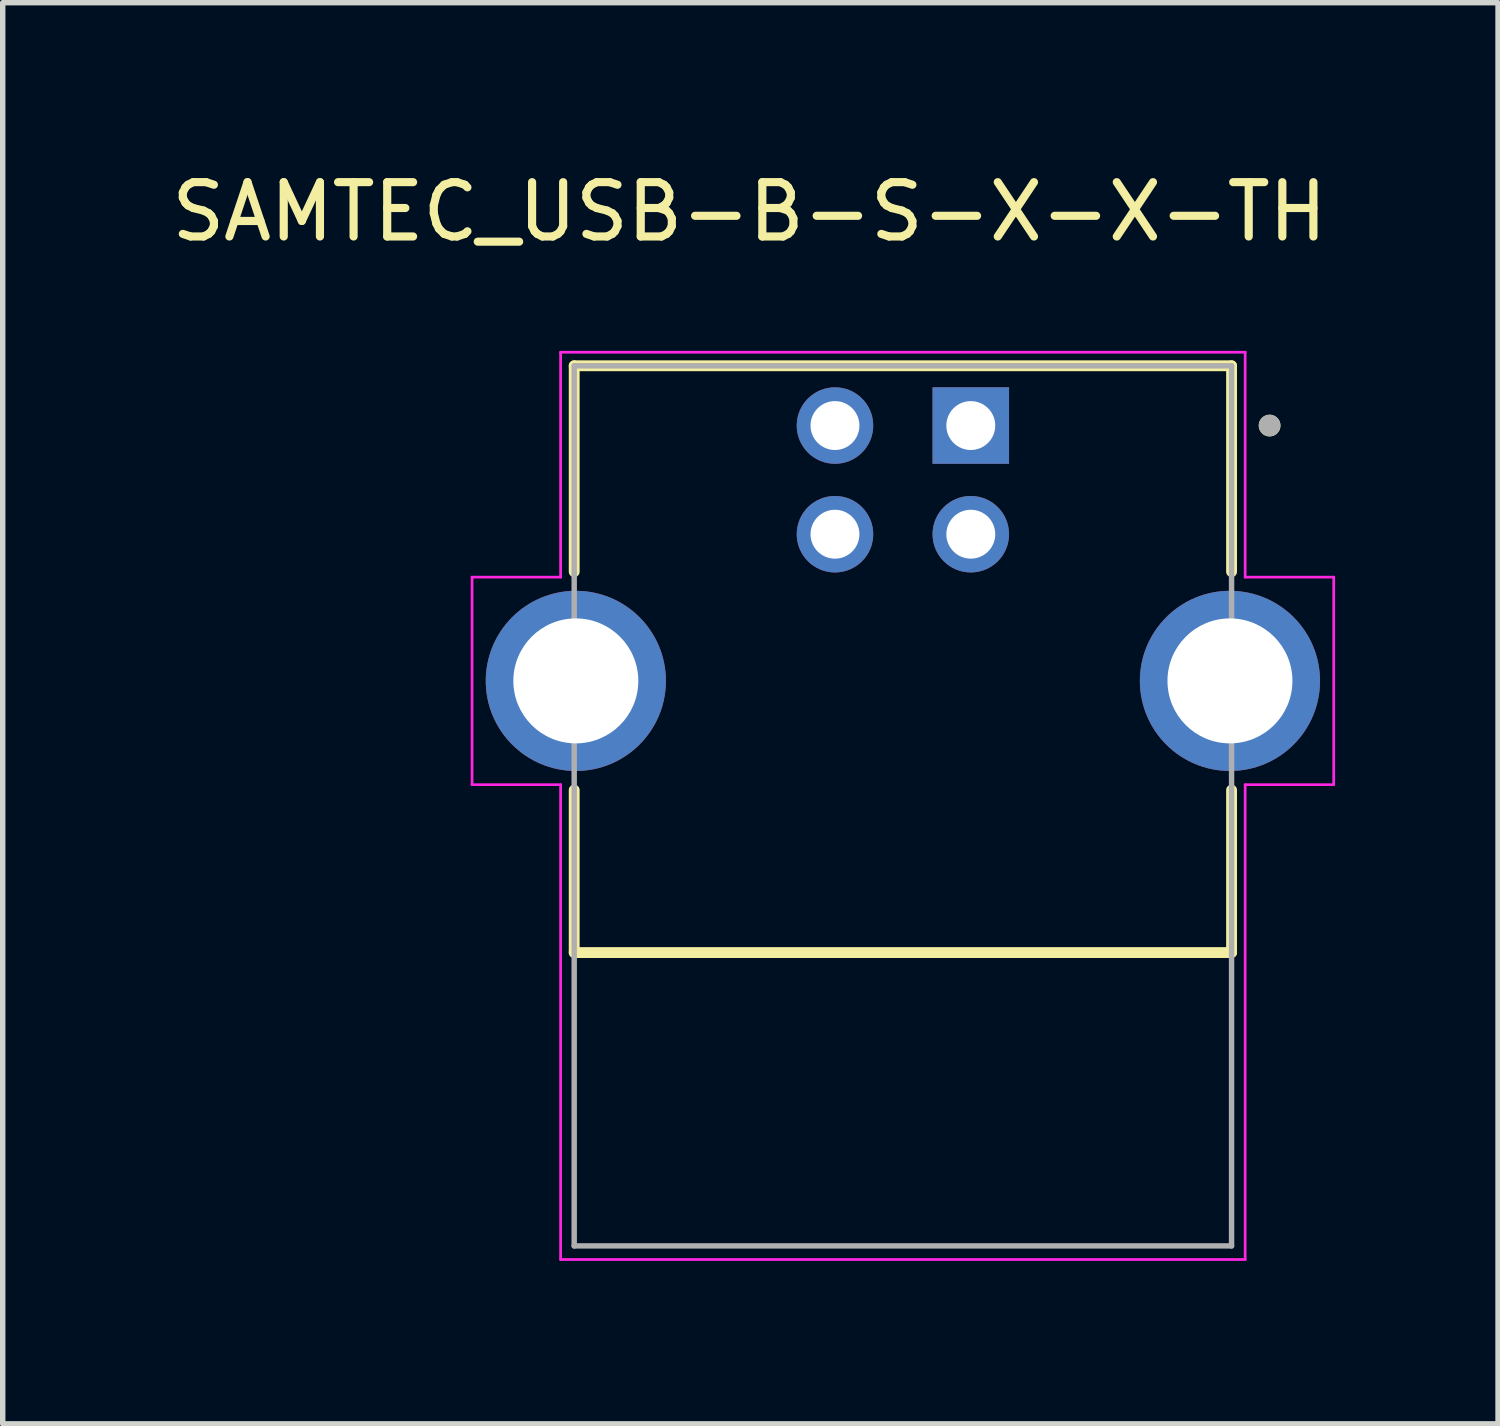
<source format=kicad_pcb>
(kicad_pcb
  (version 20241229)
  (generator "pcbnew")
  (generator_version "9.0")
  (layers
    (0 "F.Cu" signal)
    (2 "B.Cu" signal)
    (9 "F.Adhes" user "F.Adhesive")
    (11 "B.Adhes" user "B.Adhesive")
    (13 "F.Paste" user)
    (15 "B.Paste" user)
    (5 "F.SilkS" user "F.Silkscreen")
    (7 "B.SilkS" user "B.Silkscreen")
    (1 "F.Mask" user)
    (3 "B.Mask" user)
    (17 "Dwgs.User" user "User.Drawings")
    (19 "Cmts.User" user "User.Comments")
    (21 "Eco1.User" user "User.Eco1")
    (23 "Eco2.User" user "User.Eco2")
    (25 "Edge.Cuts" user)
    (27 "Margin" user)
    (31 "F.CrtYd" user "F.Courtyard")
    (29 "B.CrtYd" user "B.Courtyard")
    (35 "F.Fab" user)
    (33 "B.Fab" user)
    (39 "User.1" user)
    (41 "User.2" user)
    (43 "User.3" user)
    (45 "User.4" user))
  (footprint "SAMTEC_USB-B-S-X-X-TH"
    (layer "F.Cu")
    (at 13.569 9.483)
    (property "Reference" "SAMTEC_USB-B-S-X-X-TH" (at -2.825 -8.635 0) (layer "F.SilkS") (effects (font (size 1 1) (thickness 0.15))))
    (attr through_hole)
    (fp_line (start -6.05 -5.8) (end 6.05 -5.8) (stroke (width 0.2) (type solid)) (layer "F.SilkS"))
    (fp_line (start -6.05 -2.01) (end -6.05 -5.8) (stroke (width 0.2) (type solid)) (layer "F.SilkS"))
    (fp_line (start -6.05 5) (end -6.05 2.01) (stroke (width 0.2) (type solid)) (layer "F.SilkS"))
    (fp_line (start 6.05 -5.8) (end 6.05 -2.01) (stroke (width 0.2) (type solid)) (layer "F.SilkS"))
    (fp_line (start 6.05 2.01) (end 6.05 5) (stroke (width 0.2) (type solid)) (layer "F.SilkS"))
    (fp_line (start 6.05 5) (end -6.05 5) (stroke (width 0.2) (type solid)) (layer "F.SilkS"))
    (fp_circle (center 6.75 -4.7) (end 6.85 -4.7) (stroke (width 0.2) (type solid)) (fill no) (layer "F.SilkS"))
    (fp_line (start -7.93 -1.91) (end -6.3 -1.91) (stroke (width 0.05) (type solid)) (layer "F.CrtYd"))
    (fp_line (start -7.93 1.91) (end -7.93 -1.91) (stroke (width 0.05) (type solid)) (layer "F.CrtYd"))
    (fp_line (start -6.3 -6.05) (end 6.3 -6.05) (stroke (width 0.05) (type solid)) (layer "F.CrtYd"))
    (fp_line (start -6.3 -1.91) (end -6.3 -6.05) (stroke (width 0.05) (type solid)) (layer "F.CrtYd"))
    (fp_line (start -6.3 1.91) (end -7.93 1.91) (stroke (width 0.05) (type solid)) (layer "F.CrtYd"))
    (fp_line (start -6.3 10.65) (end -6.3 1.91) (stroke (width 0.05) (type solid)) (layer "F.CrtYd"))
    (fp_line (start 6.3 -6.05) (end 6.3 -1.91) (stroke (width 0.05) (type solid)) (layer "F.CrtYd"))
    (fp_line (start 6.3 -1.91) (end 7.93 -1.91) (stroke (width 0.05) (type solid)) (layer "F.CrtYd"))
    (fp_line (start 6.3 1.91) (end 6.3 10.65) (stroke (width 0.05) (type solid)) (layer "F.CrtYd"))
    (fp_line (start 6.3 10.65) (end -6.3 10.65) (stroke (width 0.05) (type solid)) (layer "F.CrtYd"))
    (fp_line (start 7.93 -1.91) (end 7.93 1.91) (stroke (width 0.05) (type solid)) (layer "F.CrtYd"))
    (fp_line (start 7.93 1.91) (end 6.3 1.91) (stroke (width 0.05) (type solid)) (layer "F.CrtYd"))
    (fp_line (start -6.05 -5.8) (end 6.05 -5.8) (stroke (width 0.1) (type solid)) (layer "F.Fab"))
    (fp_line (start -6.05 10.4) (end -6.05 -5.8) (stroke (width 0.1) (type solid)) (layer "F.Fab"))
    (fp_line (start 6.05 -5.8) (end 6.05 10.4) (stroke (width 0.1) (type solid)) (layer "F.Fab"))
    (fp_line (start 6.05 10.4) (end -6.05 10.4) (stroke (width 0.1) (type solid)) (layer "F.Fab"))
    (fp_circle (center 6.75 -4.7) (end 6.85 -4.7) (stroke (width 0.2) (type solid)) (fill no) (layer "F.Fab"))
    (pad "1" thru_hole rect (at 1.25 -4.7) (size 1.408 1.408) (drill 0.9) (layers "*.Cu" "*.Mask"))
    (pad "2" thru_hole circle (at -1.25 -4.7) (size 1.408 1.408) (drill 0.9) (layers "*.Cu" "*.Mask"))
    (pad "3" thru_hole circle (at -1.25 -2.7) (size 1.408 1.408) (drill 0.9) (layers "*.Cu" "*.Mask"))
    (pad "4" thru_hole circle (at 1.25 -2.7) (size 1.408 1.408) (drill 0.9) (layers "*.Cu" "*.Mask"))
    (pad "5" thru_hole circle (at -6.02 0) (size 3.316 3.316) (drill 2.3) (layers "*.Cu" "*.Mask"))
    (pad "5" thru_hole circle (at 6.02 0) (size 3.316 3.316) (drill 2.3) (layers "*.Cu" "*.Mask")))
  (gr_rect
    (start -3 -3)
    (end 24.524 23.158)
    (stroke (width 0.1) (type default))
    (fill no)
    (layer "Edge.Cuts")))
</source>
